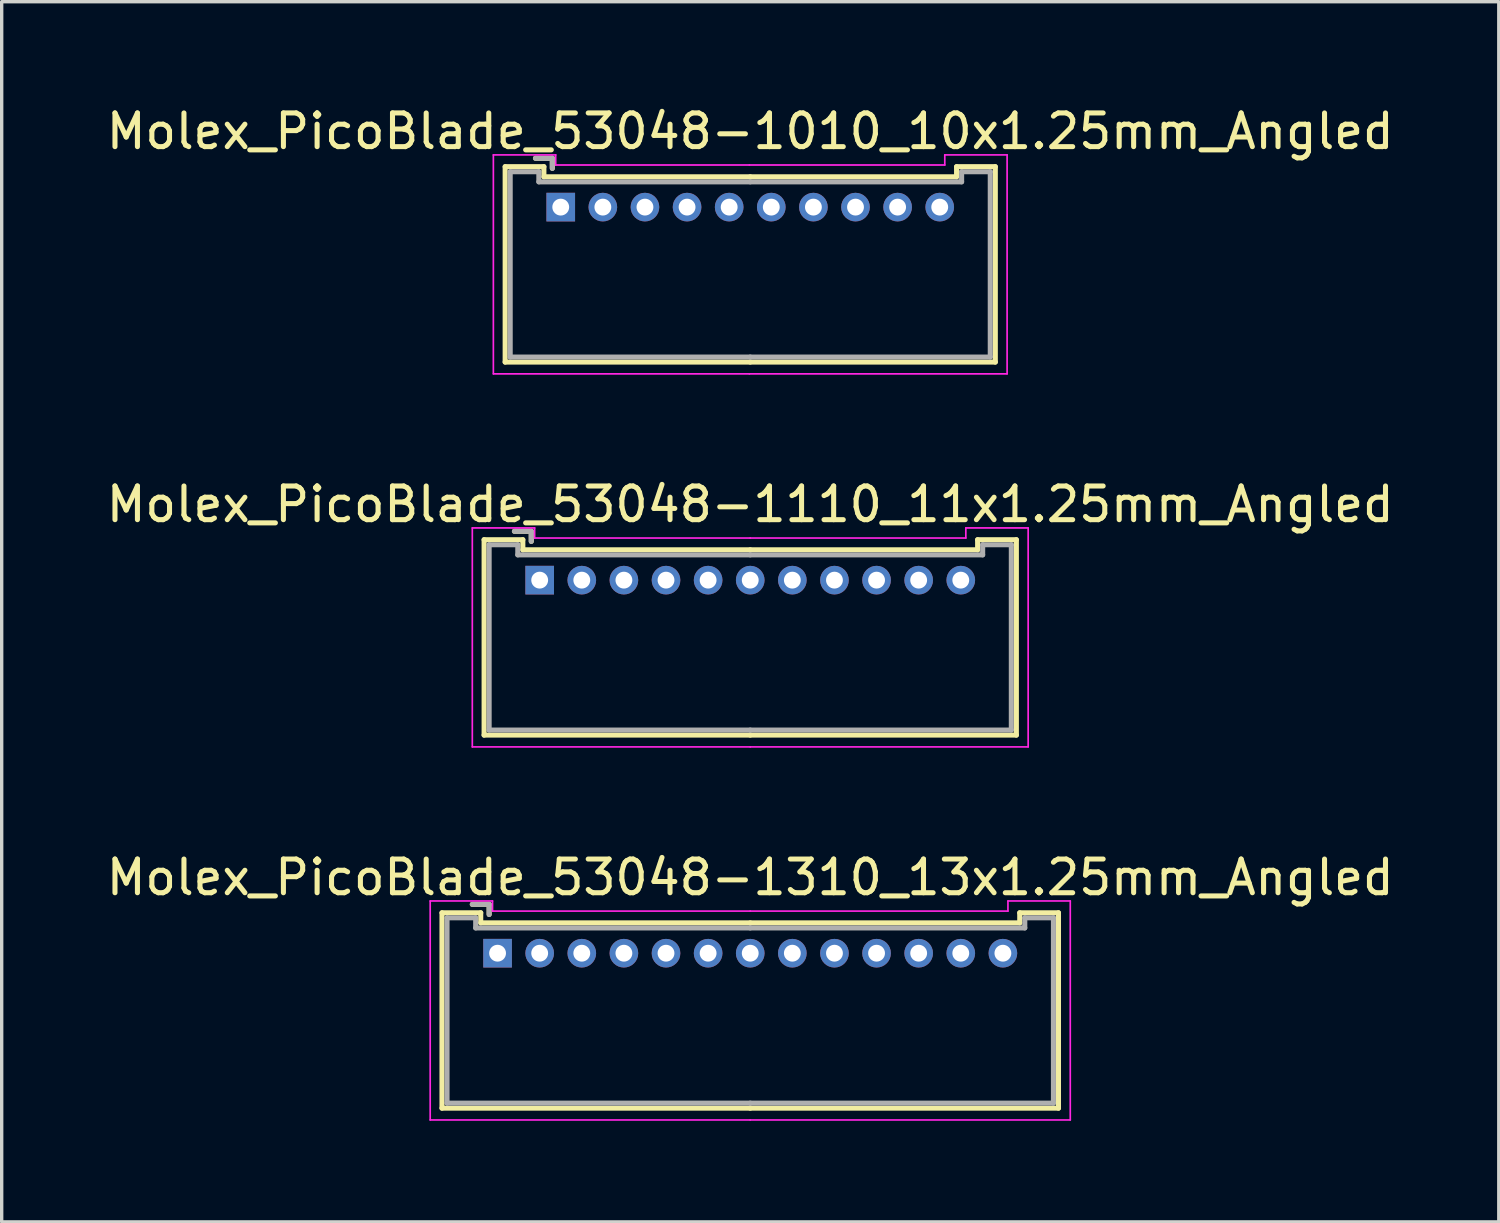
<source format=kicad_pcb>
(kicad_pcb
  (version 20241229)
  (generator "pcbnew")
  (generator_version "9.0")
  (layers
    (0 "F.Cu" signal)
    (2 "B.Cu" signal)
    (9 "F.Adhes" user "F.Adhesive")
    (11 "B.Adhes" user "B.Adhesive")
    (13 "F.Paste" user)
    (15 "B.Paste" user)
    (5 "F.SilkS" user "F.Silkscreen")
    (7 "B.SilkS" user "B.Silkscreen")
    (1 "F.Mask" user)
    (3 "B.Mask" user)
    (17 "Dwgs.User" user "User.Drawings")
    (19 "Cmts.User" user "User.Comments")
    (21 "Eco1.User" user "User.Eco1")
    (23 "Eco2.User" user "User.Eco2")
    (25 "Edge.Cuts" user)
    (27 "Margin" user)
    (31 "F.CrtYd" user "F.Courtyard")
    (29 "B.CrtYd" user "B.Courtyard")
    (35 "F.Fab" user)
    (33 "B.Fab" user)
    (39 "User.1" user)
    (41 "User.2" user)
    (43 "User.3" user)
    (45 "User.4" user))
  (footprint "Molex_PicoBlade_53048-1110_11x1.25mm_Angled"
    (layer "F.Cu")
    (at 12.97 14.171)
    (property "Reference" "Molex_PicoBlade_53048-1110_11x1.25mm_Angled" (at 6.25 -2.25 0) (layer "F.SilkS") (effects (font (size 1 1) (thickness 0.15))))
    (attr through_hole)
    (fp_line (start -1.65 -1.2) (end -1.65 4.6) (stroke (width 0.15) (type solid)) (layer "F.SilkS"))
    (fp_line (start -1.65 4.6) (end 6.25 4.6) (stroke (width 0.15) (type solid)) (layer "F.SilkS"))
    (fp_line (start -0.5 -1.2) (end -1.65 -1.2) (stroke (width 0.15) (type solid)) (layer "F.SilkS"))
    (fp_line (start -0.5 -0.9) (end -0.5 -1.2) (stroke (width 0.15) (type solid)) (layer "F.SilkS"))
    (fp_line (start -0.25 -1.45) (end -0.75 -1.45) (stroke (width 0.15) (type solid)) (layer "F.SilkS"))
    (fp_line (start -0.25 -1.15) (end -0.25 -1.45) (stroke (width 0.15) (type solid)) (layer "F.SilkS"))
    (fp_line (start 6.25 -0.9) (end -0.5 -0.9) (stroke (width 0.15) (type solid)) (layer "F.SilkS"))
    (fp_line (start 6.25 -0.9) (end 13 -0.9) (stroke (width 0.15) (type solid)) (layer "F.SilkS"))
    (fp_line (start 13 -1.2) (end 14.15 -1.2) (stroke (width 0.15) (type solid)) (layer "F.SilkS"))
    (fp_line (start 13 -0.9) (end 13 -1.2) (stroke (width 0.15) (type solid)) (layer "F.SilkS"))
    (fp_line (start 14.15 -1.2) (end 14.15 4.6) (stroke (width 0.15) (type solid)) (layer "F.SilkS"))
    (fp_line (start 14.15 4.6) (end 6.25 4.6) (stroke (width 0.15) (type solid)) (layer "F.SilkS"))
    (fp_line (start -2 -1.55) (end -2 4.95) (stroke (width 0.05) (type solid)) (layer "F.CrtYd"))
    (fp_line (start -2 4.95) (end 6.25 4.95) (stroke (width 0.05) (type solid)) (layer "F.CrtYd"))
    (fp_line (start -0.15 -1.55) (end -2 -1.55) (stroke (width 0.05) (type solid)) (layer "F.CrtYd"))
    (fp_line (start -0.15 -1.25) (end -0.15 -1.55) (stroke (width 0.05) (type solid)) (layer "F.CrtYd"))
    (fp_line (start 6.25 -1.25) (end -0.15 -1.25) (stroke (width 0.05) (type solid)) (layer "F.CrtYd"))
    (fp_line (start 6.25 -1.25) (end 12.65 -1.25) (stroke (width 0.05) (type solid)) (layer "F.CrtYd"))
    (fp_line (start 12.65 -1.55) (end 14.5 -1.55) (stroke (width 0.05) (type solid)) (layer "F.CrtYd"))
    (fp_line (start 12.65 -1.25) (end 12.65 -1.55) (stroke (width 0.05) (type solid)) (layer "F.CrtYd"))
    (fp_line (start 14.5 -1.55) (end 14.5 4.95) (stroke (width 0.05) (type solid)) (layer "F.CrtYd"))
    (fp_line (start 14.5 4.95) (end 6.25 4.95) (stroke (width 0.05) (type solid)) (layer "F.CrtYd"))
    (fp_line (start -1.5 -1.05) (end -1.5 4.45) (stroke (width 0.15) (type solid)) (layer "F.Fab"))
    (fp_line (start -1.5 4.45) (end 6.25 4.45) (stroke (width 0.15) (type solid)) (layer "F.Fab"))
    (fp_line (start -0.65 -1.05) (end -1.5 -1.05) (stroke (width 0.15) (type solid)) (layer "F.Fab"))
    (fp_line (start -0.65 -0.75) (end -0.65 -1.05) (stroke (width 0.15) (type solid)) (layer "F.Fab"))
    (fp_line (start -0.25 -1.45) (end -0.75 -1.45) (stroke (width 0.15) (type solid)) (layer "F.Fab"))
    (fp_line (start -0.25 -1.15) (end -0.25 -1.45) (stroke (width 0.15) (type solid)) (layer "F.Fab"))
    (fp_line (start 6.25 -0.75) (end -0.65 -0.75) (stroke (width 0.15) (type solid)) (layer "F.Fab"))
    (fp_line (start 6.25 -0.75) (end 13.15 -0.75) (stroke (width 0.15) (type solid)) (layer "F.Fab"))
    (fp_line (start 13.15 -1.05) (end 14 -1.05) (stroke (width 0.15) (type solid)) (layer "F.Fab"))
    (fp_line (start 13.15 -0.75) (end 13.15 -1.05) (stroke (width 0.15) (type solid)) (layer "F.Fab"))
    (fp_line (start 14 -1.05) (end 14 4.45) (stroke (width 0.15) (type solid)) (layer "F.Fab"))
    (fp_line (start 14 4.45) (end 6.25 4.45) (stroke (width 0.15) (type solid)) (layer "F.Fab"))
    (pad "1" thru_hole rect (at 0 0) (size 0.85 0.85) (drill 0.5) (layers "*.Cu" "*.Mask"))
    (pad "2" thru_hole circle (at 1.25 0) (size 0.85 0.85) (drill 0.5) (layers "*.Cu" "*.Mask"))
    (pad "3" thru_hole circle (at 2.5 0) (size 0.85 0.85) (drill 0.5) (layers "*.Cu" "*.Mask"))
    (pad "4" thru_hole circle (at 3.75 0) (size 0.85 0.85) (drill 0.5) (layers "*.Cu" "*.Mask"))
    (pad "5" thru_hole circle (at 5 0) (size 0.85 0.85) (drill 0.5) (layers "*.Cu" "*.Mask"))
    (pad "6" thru_hole circle (at 6.25 0) (size 0.85 0.85) (drill 0.5) (layers "*.Cu" "*.Mask"))
    (pad "7" thru_hole circle (at 7.5 0) (size 0.85 0.85) (drill 0.5) (layers "*.Cu" "*.Mask"))
    (pad "8" thru_hole circle (at 8.75 0) (size 0.85 0.85) (drill 0.5) (layers "*.Cu" "*.Mask"))
    (pad "9" thru_hole circle (at 10 0) (size 0.85 0.85) (drill 0.5) (layers "*.Cu" "*.Mask"))
    (pad "10" thru_hole circle (at 11.25 0) (size 0.85 0.85) (drill 0.5) (layers "*.Cu" "*.Mask"))
    (pad "11" thru_hole circle (at 12.5 0) (size 0.85 0.85) (drill 0.5) (layers "*.Cu" "*.Mask")))
  (footprint "Molex_PicoBlade_53048-1010_10x1.25mm_Angled"
    (layer "F.Cu")
    (at 13.595 3.098)
    (property "Reference" "Molex_PicoBlade_53048-1010_10x1.25mm_Angled" (at 5.625 -2.25 0) (layer "F.SilkS") (effects (font (size 1 1) (thickness 0.15))))
    (attr through_hole)
    (fp_line (start -1.65 -1.2) (end -1.65 4.6) (stroke (width 0.15) (type solid)) (layer "F.SilkS"))
    (fp_line (start -1.65 4.6) (end 5.625 4.6) (stroke (width 0.15) (type solid)) (layer "F.SilkS"))
    (fp_line (start -0.5 -1.2) (end -1.65 -1.2) (stroke (width 0.15) (type solid)) (layer "F.SilkS"))
    (fp_line (start -0.5 -0.9) (end -0.5 -1.2) (stroke (width 0.15) (type solid)) (layer "F.SilkS"))
    (fp_line (start -0.25 -1.45) (end -0.75 -1.45) (stroke (width 0.15) (type solid)) (layer "F.SilkS"))
    (fp_line (start -0.25 -1.15) (end -0.25 -1.45) (stroke (width 0.15) (type solid)) (layer "F.SilkS"))
    (fp_line (start 5.625 -0.9) (end -0.5 -0.9) (stroke (width 0.15) (type solid)) (layer "F.SilkS"))
    (fp_line (start 5.625 -0.9) (end 11.75 -0.9) (stroke (width 0.15) (type solid)) (layer "F.SilkS"))
    (fp_line (start 11.75 -1.2) (end 12.9 -1.2) (stroke (width 0.15) (type solid)) (layer "F.SilkS"))
    (fp_line (start 11.75 -0.9) (end 11.75 -1.2) (stroke (width 0.15) (type solid)) (layer "F.SilkS"))
    (fp_line (start 12.9 -1.2) (end 12.9 4.6) (stroke (width 0.15) (type solid)) (layer "F.SilkS"))
    (fp_line (start 12.9 4.6) (end 5.625 4.6) (stroke (width 0.15) (type solid)) (layer "F.SilkS"))
    (fp_line (start -2 -1.55) (end -2 4.95) (stroke (width 0.05) (type solid)) (layer "F.CrtYd"))
    (fp_line (start -2 4.95) (end 5.6 4.95) (stroke (width 0.05) (type solid)) (layer "F.CrtYd"))
    (fp_line (start -0.15 -1.55) (end -2 -1.55) (stroke (width 0.05) (type solid)) (layer "F.CrtYd"))
    (fp_line (start -0.15 -1.25) (end -0.15 -1.55) (stroke (width 0.05) (type solid)) (layer "F.CrtYd"))
    (fp_line (start 5.6 -1.25) (end -0.15 -1.25) (stroke (width 0.05) (type solid)) (layer "F.CrtYd"))
    (fp_line (start 5.6 -1.25) (end 11.4 -1.25) (stroke (width 0.05) (type solid)) (layer "F.CrtYd"))
    (fp_line (start 11.4 -1.55) (end 13.25 -1.55) (stroke (width 0.05) (type solid)) (layer "F.CrtYd"))
    (fp_line (start 11.4 -1.25) (end 11.4 -1.55) (stroke (width 0.05) (type solid)) (layer "F.CrtYd"))
    (fp_line (start 13.25 -1.55) (end 13.25 4.95) (stroke (width 0.05) (type solid)) (layer "F.CrtYd"))
    (fp_line (start 13.25 4.95) (end 5.6 4.95) (stroke (width 0.05) (type solid)) (layer "F.CrtYd"))
    (fp_line (start -1.5 -1.05) (end -1.5 4.45) (stroke (width 0.15) (type solid)) (layer "F.Fab"))
    (fp_line (start -1.5 4.45) (end 5.625 4.45) (stroke (width 0.15) (type solid)) (layer "F.Fab"))
    (fp_line (start -0.65 -1.05) (end -1.5 -1.05) (stroke (width 0.15) (type solid)) (layer "F.Fab"))
    (fp_line (start -0.65 -0.75) (end -0.65 -1.05) (stroke (width 0.15) (type solid)) (layer "F.Fab"))
    (fp_line (start -0.25 -1.45) (end -0.75 -1.45) (stroke (width 0.15) (type solid)) (layer "F.Fab"))
    (fp_line (start -0.25 -1.15) (end -0.25 -1.45) (stroke (width 0.15) (type solid)) (layer "F.Fab"))
    (fp_line (start 5.625 -0.75) (end -0.65 -0.75) (stroke (width 0.15) (type solid)) (layer "F.Fab"))
    (fp_line (start 5.625 -0.75) (end 11.9 -0.75) (stroke (width 0.15) (type solid)) (layer "F.Fab"))
    (fp_line (start 11.9 -1.05) (end 12.75 -1.05) (stroke (width 0.15) (type solid)) (layer "F.Fab"))
    (fp_line (start 11.9 -0.75) (end 11.9 -1.05) (stroke (width 0.15) (type solid)) (layer "F.Fab"))
    (fp_line (start 12.75 -1.05) (end 12.75 4.45) (stroke (width 0.15) (type solid)) (layer "F.Fab"))
    (fp_line (start 12.75 4.45) (end 5.625 4.45) (stroke (width 0.15) (type solid)) (layer "F.Fab"))
    (pad "1" thru_hole rect (at 0 0) (size 0.85 0.85) (drill 0.5) (layers "*.Cu" "*.Mask"))
    (pad "2" thru_hole circle (at 1.25 0) (size 0.85 0.85) (drill 0.5) (layers "*.Cu" "*.Mask"))
    (pad "3" thru_hole circle (at 2.5 0) (size 0.85 0.85) (drill 0.5) (layers "*.Cu" "*.Mask"))
    (pad "4" thru_hole circle (at 3.75 0) (size 0.85 0.85) (drill 0.5) (layers "*.Cu" "*.Mask"))
    (pad "5" thru_hole circle (at 5 0) (size 0.85 0.85) (drill 0.5) (layers "*.Cu" "*.Mask"))
    (pad "6" thru_hole circle (at 6.25 0) (size 0.85 0.85) (drill 0.5) (layers "*.Cu" "*.Mask"))
    (pad "7" thru_hole circle (at 7.5 0) (size 0.85 0.85) (drill 0.5) (layers "*.Cu" "*.Mask"))
    (pad "8" thru_hole circle (at 8.75 0) (size 0.85 0.85) (drill 0.5) (layers "*.Cu" "*.Mask"))
    (pad "9" thru_hole circle (at 10 0) (size 0.85 0.85) (drill 0.5) (layers "*.Cu" "*.Mask"))
    (pad "10" thru_hole circle (at 11.25 0) (size 0.85 0.85) (drill 0.5) (layers "*.Cu" "*.Mask")))
  (footprint "Molex_PicoBlade_53048-1310_13x1.25mm_Angled"
    (layer "F.Cu")
    (at 11.72 25.245)
    (property "Reference" "Molex_PicoBlade_53048-1310_13x1.25mm_Angled" (at 7.5 -2.25 0) (layer "F.SilkS") (effects (font (size 1 1) (thickness 0.15))))
    (attr through_hole)
    (fp_line (start -1.65 -1.2) (end -1.65 4.6) (stroke (width 0.15) (type solid)) (layer "F.SilkS"))
    (fp_line (start -1.65 4.6) (end 7.5 4.6) (stroke (width 0.15) (type solid)) (layer "F.SilkS"))
    (fp_line (start -0.5 -1.2) (end -1.65 -1.2) (stroke (width 0.15) (type solid)) (layer "F.SilkS"))
    (fp_line (start -0.5 -0.9) (end -0.5 -1.2) (stroke (width 0.15) (type solid)) (layer "F.SilkS"))
    (fp_line (start -0.25 -1.45) (end -0.75 -1.45) (stroke (width 0.15) (type solid)) (layer "F.SilkS"))
    (fp_line (start -0.25 -1.15) (end -0.25 -1.45) (stroke (width 0.15) (type solid)) (layer "F.SilkS"))
    (fp_line (start 7.5 -0.9) (end -0.5 -0.9) (stroke (width 0.15) (type solid)) (layer "F.SilkS"))
    (fp_line (start 7.5 -0.9) (end 15.5 -0.9) (stroke (width 0.15) (type solid)) (layer "F.SilkS"))
    (fp_line (start 15.5 -1.2) (end 16.65 -1.2) (stroke (width 0.15) (type solid)) (layer "F.SilkS"))
    (fp_line (start 15.5 -0.9) (end 15.5 -1.2) (stroke (width 0.15) (type solid)) (layer "F.SilkS"))
    (fp_line (start 16.65 -1.2) (end 16.65 4.6) (stroke (width 0.15) (type solid)) (layer "F.SilkS"))
    (fp_line (start 16.65 4.6) (end 7.5 4.6) (stroke (width 0.15) (type solid)) (layer "F.SilkS"))
    (fp_line (start -2 -1.55) (end -2 4.95) (stroke (width 0.05) (type solid)) (layer "F.CrtYd"))
    (fp_line (start -2 4.95) (end 7.5 4.95) (stroke (width 0.05) (type solid)) (layer "F.CrtYd"))
    (fp_line (start -0.15 -1.55) (end -2 -1.55) (stroke (width 0.05) (type solid)) (layer "F.CrtYd"))
    (fp_line (start -0.15 -1.25) (end -0.15 -1.55) (stroke (width 0.05) (type solid)) (layer "F.CrtYd"))
    (fp_line (start 7.5 -1.25) (end -0.15 -1.25) (stroke (width 0.05) (type solid)) (layer "F.CrtYd"))
    (fp_line (start 7.5 -1.25) (end 15.15 -1.25) (stroke (width 0.05) (type solid)) (layer "F.CrtYd"))
    (fp_line (start 15.15 -1.55) (end 17 -1.55) (stroke (width 0.05) (type solid)) (layer "F.CrtYd"))
    (fp_line (start 15.15 -1.25) (end 15.15 -1.55) (stroke (width 0.05) (type solid)) (layer "F.CrtYd"))
    (fp_line (start 17 -1.55) (end 17 4.95) (stroke (width 0.05) (type solid)) (layer "F.CrtYd"))
    (fp_line (start 17 4.95) (end 7.5 4.95) (stroke (width 0.05) (type solid)) (layer "F.CrtYd"))
    (fp_line (start -1.5 -1.05) (end -1.5 4.45) (stroke (width 0.15) (type solid)) (layer "F.Fab"))
    (fp_line (start -1.5 4.45) (end 7.5 4.45) (stroke (width 0.15) (type solid)) (layer "F.Fab"))
    (fp_line (start -0.65 -1.05) (end -1.5 -1.05) (stroke (width 0.15) (type solid)) (layer "F.Fab"))
    (fp_line (start -0.65 -0.75) (end -0.65 -1.05) (stroke (width 0.15) (type solid)) (layer "F.Fab"))
    (fp_line (start -0.25 -1.45) (end -0.75 -1.45) (stroke (width 0.15) (type solid)) (layer "F.Fab"))
    (fp_line (start -0.25 -1.15) (end -0.25 -1.45) (stroke (width 0.15) (type solid)) (layer "F.Fab"))
    (fp_line (start 7.5 -0.75) (end -0.65 -0.75) (stroke (width 0.15) (type solid)) (layer "F.Fab"))
    (fp_line (start 7.5 -0.75) (end 15.65 -0.75) (stroke (width 0.15) (type solid)) (layer "F.Fab"))
    (fp_line (start 15.65 -1.05) (end 16.5 -1.05) (stroke (width 0.15) (type solid)) (layer "F.Fab"))
    (fp_line (start 15.65 -0.75) (end 15.65 -1.05) (stroke (width 0.15) (type solid)) (layer "F.Fab"))
    (fp_line (start 16.5 -1.05) (end 16.5 4.45) (stroke (width 0.15) (type solid)) (layer "F.Fab"))
    (fp_line (start 16.5 4.45) (end 7.5 4.45) (stroke (width 0.15) (type solid)) (layer "F.Fab"))
    (pad "1" thru_hole rect (at 0 0) (size 0.85 0.85) (drill 0.5) (layers "*.Cu" "*.Mask"))
    (pad "2" thru_hole circle (at 1.25 0) (size 0.85 0.85) (drill 0.5) (layers "*.Cu" "*.Mask"))
    (pad "3" thru_hole circle (at 2.5 0) (size 0.85 0.85) (drill 0.5) (layers "*.Cu" "*.Mask"))
    (pad "4" thru_hole circle (at 3.75 0) (size 0.85 0.85) (drill 0.5) (layers "*.Cu" "*.Mask"))
    (pad "5" thru_hole circle (at 5 0) (size 0.85 0.85) (drill 0.5) (layers "*.Cu" "*.Mask"))
    (pad "6" thru_hole circle (at 6.25 0) (size 0.85 0.85) (drill 0.5) (layers "*.Cu" "*.Mask"))
    (pad "7" thru_hole circle (at 7.5 0) (size 0.85 0.85) (drill 0.5) (layers "*.Cu" "*.Mask"))
    (pad "8" thru_hole circle (at 8.75 0) (size 0.85 0.85) (drill 0.5) (layers "*.Cu" "*.Mask"))
    (pad "9" thru_hole circle (at 10 0) (size 0.85 0.85) (drill 0.5) (layers "*.Cu" "*.Mask"))
    (pad "10" thru_hole circle (at 11.25 0) (size 0.85 0.85) (drill 0.5) (layers "*.Cu" "*.Mask"))
    (pad "11" thru_hole circle (at 12.5 0) (size 0.85 0.85) (drill 0.5) (layers "*.Cu" "*.Mask"))
    (pad "12" thru_hole circle (at 13.75 0) (size 0.85 0.85) (drill 0.5) (layers "*.Cu" "*.Mask"))
    (pad "13" thru_hole circle (at 15 0) (size 0.85 0.85) (drill 0.5) (layers "*.Cu" "*.Mask")))
  (gr_rect
    (start -3 -3)
    (end 41.44 33.22)
    (stroke (width 0.1) (type default))
    (fill no)
    (layer "Edge.Cuts")))
</source>
